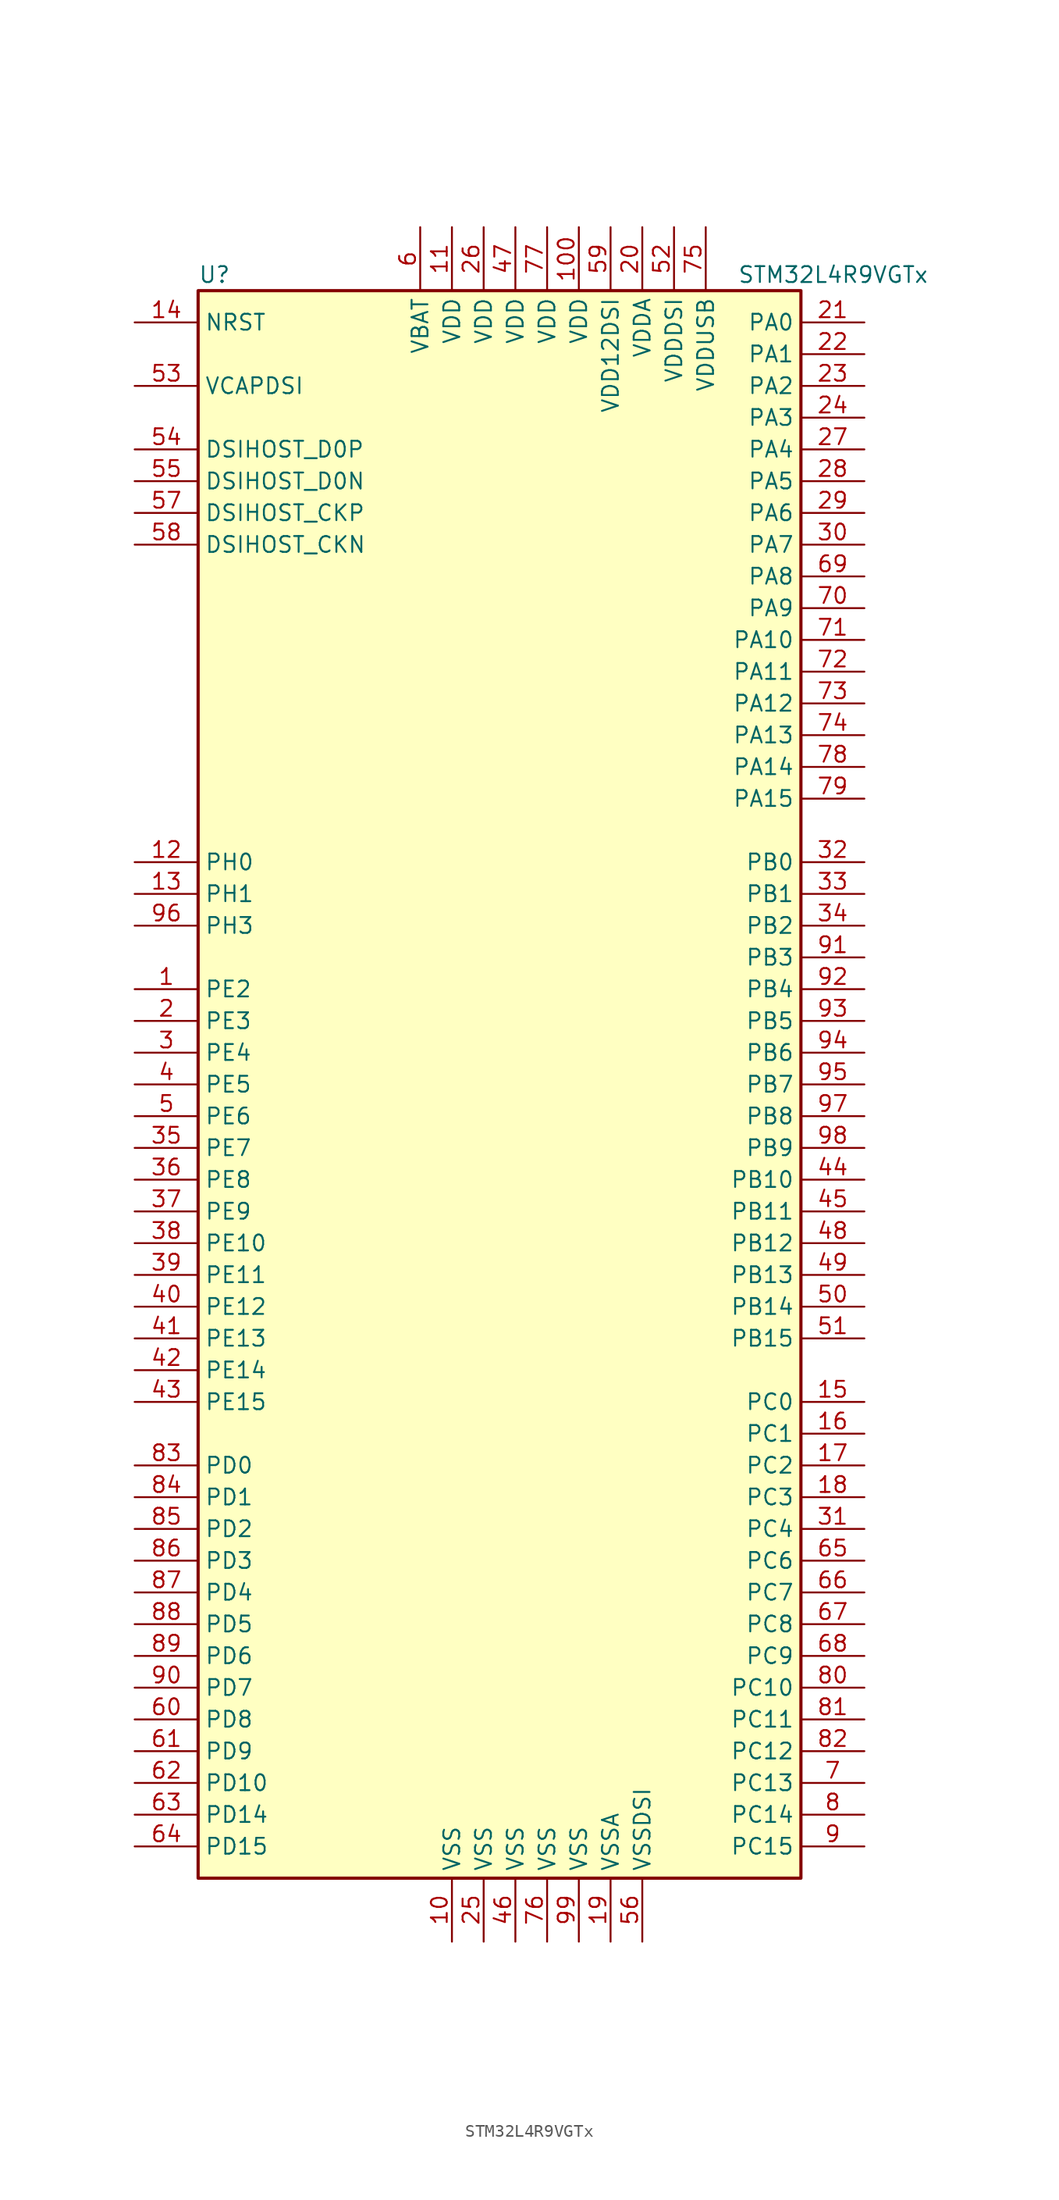
<source format=kicad_sym>
(kicad_symbol_lib
  (version 20211014)
  (generator kicad_symbol_editor)
  (symbol "STM32L4R9VGTx"
    (property "Reference" "U"
      (at -25.4 64.77 0)
      (effects (font (size 1.27 1.27)) (justify left)))
    (property "Value" "STM32L4R9VGTx"
      (at 17.78 64.77 0)
      (effects (font (size 1.27 1.27)) (justify left)))
    (symbol "STM32L4R9VGTx_0_1"
      (rectangle (start -25.4 -63.5) (end 22.86 63.5) (stroke (width 0.254) (type default) (color 0 0 0 0)) (fill (type background))))
    (symbol "STM32L4R9VGTx_1_1"
      (pin bidirectional line (at -30.48 7.62 0) (length 5.08) (name "PE2" (effects (font (size 1.27 1.27)))) (number "1" (effects (font (size 1.27 1.27)))))
      (pin power_in line (at -5.08 -68.58 90) (length 5.08) (name "VSS" (effects (font (size 1.27 1.27)))) (number "10" (effects (font (size 1.27 1.27)))))
      (pin power_in line (at 5.08 68.58 270) (length 5.08) (name "VDD" (effects (font (size 1.27 1.27)))) (number "100" (effects (font (size 1.27 1.27)))))
      (pin power_in line (at -5.08 68.58 270) (length 5.08) (name "VDD" (effects (font (size 1.27 1.27)))) (number "11" (effects (font (size 1.27 1.27)))))
      (pin input line (at -30.48 17.78 0) (length 5.08) (name "PH0" (effects (font (size 1.27 1.27)))) (number "12" (effects (font (size 1.27 1.27)))))
      (pin input line (at -30.48 15.24 0) (length 5.08) (name "PH1" (effects (font (size 1.27 1.27)))) (number "13" (effects (font (size 1.27 1.27)))))
      (pin input line (at -30.48 60.96 0) (length 5.08) (name "NRST" (effects (font (size 1.27 1.27)))) (number "14" (effects (font (size 1.27 1.27)))))
      (pin bidirectional line (at 27.94 -25.4 180) (length 5.08) (name "PC0" (effects (font (size 1.27 1.27)))) (number "15" (effects (font (size 1.27 1.27)))))
      (pin bidirectional line (at 27.94 -27.94 180) (length 5.08) (name "PC1" (effects (font (size 1.27 1.27)))) (number "16" (effects (font (size 1.27 1.27)))))
      (pin bidirectional line (at 27.94 -30.48 180) (length 5.08) (name "PC2" (effects (font (size 1.27 1.27)))) (number "17" (effects (font (size 1.27 1.27)))))
      (pin bidirectional line (at 27.94 -33.02 180) (length 5.08) (name "PC3" (effects (font (size 1.27 1.27)))) (number "18" (effects (font (size 1.27 1.27)))))
      (pin power_in line (at 7.62 -68.58 90) (length 5.08) (name "VSSA" (effects (font (size 1.27 1.27)))) (number "19" (effects (font (size 1.27 1.27)))))
      (pin bidirectional line (at -30.48 5.08 0) (length 5.08) (name "PE3" (effects (font (size 1.27 1.27)))) (number "2" (effects (font (size 1.27 1.27)))))
      (pin power_in line (at 10.16 68.58 270) (length 5.08) (name "VDDA" (effects (font (size 1.27 1.27)))) (number "20" (effects (font (size 1.27 1.27)))))
      (pin bidirectional line (at 27.94 60.96 180) (length 5.08) (name "PA0" (effects (font (size 1.27 1.27)))) (number "21" (effects (font (size 1.27 1.27)))))
      (pin bidirectional line (at 27.94 58.42 180) (length 5.08) (name "PA1" (effects (font (size 1.27 1.27)))) (number "22" (effects (font (size 1.27 1.27)))))
      (pin bidirectional line (at 27.94 55.88 180) (length 5.08) (name "PA2" (effects (font (size 1.27 1.27)))) (number "23" (effects (font (size 1.27 1.27)))))
      (pin bidirectional line (at 27.94 53.34 180) (length 5.08) (name "PA3" (effects (font (size 1.27 1.27)))) (number "24" (effects (font (size 1.27 1.27)))))
      (pin power_in line (at -2.54 -68.58 90) (length 5.08) (name "VSS" (effects (font (size 1.27 1.27)))) (number "25" (effects (font (size 1.27 1.27)))))
      (pin power_in line (at -2.54 68.58 270) (length 5.08) (name "VDD" (effects (font (size 1.27 1.27)))) (number "26" (effects (font (size 1.27 1.27)))))
      (pin bidirectional line (at 27.94 50.8 180) (length 5.08) (name "PA4" (effects (font (size 1.27 1.27)))) (number "27" (effects (font (size 1.27 1.27)))))
      (pin bidirectional line (at 27.94 48.26 180) (length 5.08) (name "PA5" (effects (font (size 1.27 1.27)))) (number "28" (effects (font (size 1.27 1.27)))))
      (pin bidirectional line (at 27.94 45.72 180) (length 5.08) (name "PA6" (effects (font (size 1.27 1.27)))) (number "29" (effects (font (size 1.27 1.27)))))
      (pin bidirectional line (at -30.48 2.54 0) (length 5.08) (name "PE4" (effects (font (size 1.27 1.27)))) (number "3" (effects (font (size 1.27 1.27)))))
      (pin bidirectional line (at 27.94 43.18 180) (length 5.08) (name "PA7" (effects (font (size 1.27 1.27)))) (number "30" (effects (font (size 1.27 1.27)))))
      (pin bidirectional line (at 27.94 -35.56 180) (length 5.08) (name "PC4" (effects (font (size 1.27 1.27)))) (number "31" (effects (font (size 1.27 1.27)))))
      (pin bidirectional line (at 27.94 17.78 180) (length 5.08) (name "PB0" (effects (font (size 1.27 1.27)))) (number "32" (effects (font (size 1.27 1.27)))))
      (pin bidirectional line (at 27.94 15.24 180) (length 5.08) (name "PB1" (effects (font (size 1.27 1.27)))) (number "33" (effects (font (size 1.27 1.27)))))
      (pin bidirectional line (at 27.94 12.7 180) (length 5.08) (name "PB2" (effects (font (size 1.27 1.27)))) (number "34" (effects (font (size 1.27 1.27)))))
      (pin bidirectional line (at -30.48 -5.08 0) (length 5.08) (name "PE7" (effects (font (size 1.27 1.27)))) (number "35" (effects (font (size 1.27 1.27)))))
      (pin bidirectional line (at -30.48 -7.62 0) (length 5.08) (name "PE8" (effects (font (size 1.27 1.27)))) (number "36" (effects (font (size 1.27 1.27)))))
      (pin bidirectional line (at -30.48 -10.16 0) (length 5.08) (name "PE9" (effects (font (size 1.27 1.27)))) (number "37" (effects (font (size 1.27 1.27)))))
      (pin bidirectional line (at -30.48 -12.7 0) (length 5.08) (name "PE10" (effects (font (size 1.27 1.27)))) (number "38" (effects (font (size 1.27 1.27)))))
      (pin bidirectional line (at -30.48 -15.24 0) (length 5.08) (name "PE11" (effects (font (size 1.27 1.27)))) (number "39" (effects (font (size 1.27 1.27)))))
      (pin bidirectional line (at -30.48 0 0) (length 5.08) (name "PE5" (effects (font (size 1.27 1.27)))) (number "4" (effects (font (size 1.27 1.27)))))
      (pin bidirectional line (at -30.48 -17.78 0) (length 5.08) (name "PE12" (effects (font (size 1.27 1.27)))) (number "40" (effects (font (size 1.27 1.27)))))
      (pin bidirectional line (at -30.48 -20.32 0) (length 5.08) (name "PE13" (effects (font (size 1.27 1.27)))) (number "41" (effects (font (size 1.27 1.27)))))
      (pin bidirectional line (at -30.48 -22.86 0) (length 5.08) (name "PE14" (effects (font (size 1.27 1.27)))) (number "42" (effects (font (size 1.27 1.27)))))
      (pin bidirectional line (at -30.48 -25.4 0) (length 5.08) (name "PE15" (effects (font (size 1.27 1.27)))) (number "43" (effects (font (size 1.27 1.27)))))
      (pin bidirectional line (at 27.94 -7.62 180) (length 5.08) (name "PB10" (effects (font (size 1.27 1.27)))) (number "44" (effects (font (size 1.27 1.27)))))
      (pin bidirectional line (at 27.94 -10.16 180) (length 5.08) (name "PB11" (effects (font (size 1.27 1.27)))) (number "45" (effects (font (size 1.27 1.27)))))
      (pin power_in line (at 0 -68.58 90) (length 5.08) (name "VSS" (effects (font (size 1.27 1.27)))) (number "46" (effects (font (size 1.27 1.27)))))
      (pin power_in line (at 0 68.58 270) (length 5.08) (name "VDD" (effects (font (size 1.27 1.27)))) (number "47" (effects (font (size 1.27 1.27)))))
      (pin bidirectional line (at 27.94 -12.7 180) (length 5.08) (name "PB12" (effects (font (size 1.27 1.27)))) (number "48" (effects (font (size 1.27 1.27)))))
      (pin bidirectional line (at 27.94 -15.24 180) (length 5.08) (name "PB13" (effects (font (size 1.27 1.27)))) (number "49" (effects (font (size 1.27 1.27)))))
      (pin bidirectional line (at -30.48 -2.54 0) (length 5.08) (name "PE6" (effects (font (size 1.27 1.27)))) (number "5" (effects (font (size 1.27 1.27)))))
      (pin bidirectional line (at 27.94 -17.78 180) (length 5.08) (name "PB14" (effects (font (size 1.27 1.27)))) (number "50" (effects (font (size 1.27 1.27)))))
      (pin bidirectional line (at 27.94 -20.32 180) (length 5.08) (name "PB15" (effects (font (size 1.27 1.27)))) (number "51" (effects (font (size 1.27 1.27)))))
      (pin power_in line (at 12.7 68.58 270) (length 5.08) (name "VDDDSI" (effects (font (size 1.27 1.27)))) (number "52" (effects (font (size 1.27 1.27)))))
      (pin power_in line (at -30.48 55.88 0) (length 5.08) (name "VCAPDSI" (effects (font (size 1.27 1.27)))) (number "53" (effects (font (size 1.27 1.27)))))
      (pin bidirectional line (at -30.48 50.8 0) (length 5.08) (name "DSIHOST_D0P" (effects (font (size 1.27 1.27)))) (number "54" (effects (font (size 1.27 1.27)))))
      (pin bidirectional line (at -30.48 48.26 0) (length 5.08) (name "DSIHOST_D0N" (effects (font (size 1.27 1.27)))) (number "55" (effects (font (size 1.27 1.27)))))
      (pin power_in line (at 10.16 -68.58 90) (length 5.08) (name "VSSDSI" (effects (font (size 1.27 1.27)))) (number "56" (effects (font (size 1.27 1.27)))))
      (pin bidirectional line (at -30.48 45.72 0) (length 5.08) (name "DSIHOST_CKP" (effects (font (size 1.27 1.27)))) (number "57" (effects (font (size 1.27 1.27)))))
      (pin bidirectional line (at -30.48 43.18 0) (length 5.08) (name "DSIHOST_CKN" (effects (font (size 1.27 1.27)))) (number "58" (effects (font (size 1.27 1.27)))))
      (pin power_in line (at 7.62 68.58 270) (length 5.08) (name "VDD12DSI" (effects (font (size 1.27 1.27)))) (number "59" (effects (font (size 1.27 1.27)))))
      (pin power_in line (at -7.62 68.58 270) (length 5.08) (name "VBAT" (effects (font (size 1.27 1.27)))) (number "6" (effects (font (size 1.27 1.27)))))
      (pin bidirectional line (at -30.48 -50.8 0) (length 5.08) (name "PD8" (effects (font (size 1.27 1.27)))) (number "60" (effects (font (size 1.27 1.27)))))
      (pin bidirectional line (at -30.48 -53.34 0) (length 5.08) (name "PD9" (effects (font (size 1.27 1.27)))) (number "61" (effects (font (size 1.27 1.27)))))
      (pin bidirectional line (at -30.48 -55.88 0) (length 5.08) (name "PD10" (effects (font (size 1.27 1.27)))) (number "62" (effects (font (size 1.27 1.27)))))
      (pin bidirectional line (at -30.48 -58.42 0) (length 5.08) (name "PD14" (effects (font (size 1.27 1.27)))) (number "63" (effects (font (size 1.27 1.27)))))
      (pin bidirectional line (at -30.48 -60.96 0) (length 5.08) (name "PD15" (effects (font (size 1.27 1.27)))) (number "64" (effects (font (size 1.27 1.27)))))
      (pin bidirectional line (at 27.94 -38.1 180) (length 5.08) (name "PC6" (effects (font (size 1.27 1.27)))) (number "65" (effects (font (size 1.27 1.27)))))
      (pin bidirectional line (at 27.94 -40.64 180) (length 5.08) (name "PC7" (effects (font (size 1.27 1.27)))) (number "66" (effects (font (size 1.27 1.27)))))
      (pin bidirectional line (at 27.94 -43.18 180) (length 5.08) (name "PC8" (effects (font (size 1.27 1.27)))) (number "67" (effects (font (size 1.27 1.27)))))
      (pin bidirectional line (at 27.94 -45.72 180) (length 5.08) (name "PC9" (effects (font (size 1.27 1.27)))) (number "68" (effects (font (size 1.27 1.27)))))
      (pin bidirectional line (at 27.94 40.64 180) (length 5.08) (name "PA8" (effects (font (size 1.27 1.27)))) (number "69" (effects (font (size 1.27 1.27)))))
      (pin bidirectional line (at 27.94 -55.88 180) (length 5.08) (name "PC13" (effects (font (size 1.27 1.27)))) (number "7" (effects (font (size 1.27 1.27)))))
      (pin bidirectional line (at 27.94 38.1 180) (length 5.08) (name "PA9" (effects (font (size 1.27 1.27)))) (number "70" (effects (font (size 1.27 1.27)))))
      (pin bidirectional line (at 27.94 35.56 180) (length 5.08) (name "PA10" (effects (font (size 1.27 1.27)))) (number "71" (effects (font (size 1.27 1.27)))))
      (pin bidirectional line (at 27.94 33.02 180) (length 5.08) (name "PA11" (effects (font (size 1.27 1.27)))) (number "72" (effects (font (size 1.27 1.27)))))
      (pin bidirectional line (at 27.94 30.48 180) (length 5.08) (name "PA12" (effects (font (size 1.27 1.27)))) (number "73" (effects (font (size 1.27 1.27)))))
      (pin bidirectional line (at 27.94 27.94 180) (length 5.08) (name "PA13" (effects (font (size 1.27 1.27)))) (number "74" (effects (font (size 1.27 1.27)))))
      (pin power_in line (at 15.24 68.58 270) (length 5.08) (name "VDDUSB" (effects (font (size 1.27 1.27)))) (number "75" (effects (font (size 1.27 1.27)))))
      (pin power_in line (at 2.54 -68.58 90) (length 5.08) (name "VSS" (effects (font (size 1.27 1.27)))) (number "76" (effects (font (size 1.27 1.27)))))
      (pin power_in line (at 2.54 68.58 270) (length 5.08) (name "VDD" (effects (font (size 1.27 1.27)))) (number "77" (effects (font (size 1.27 1.27)))))
      (pin bidirectional line (at 27.94 25.4 180) (length 5.08) (name "PA14" (effects (font (size 1.27 1.27)))) (number "78" (effects (font (size 1.27 1.27)))))
      (pin bidirectional line (at 27.94 22.86 180) (length 5.08) (name "PA15" (effects (font (size 1.27 1.27)))) (number "79" (effects (font (size 1.27 1.27)))))
      (pin bidirectional line (at 27.94 -58.42 180) (length 5.08) (name "PC14" (effects (font (size 1.27 1.27)))) (number "8" (effects (font (size 1.27 1.27)))))
      (pin bidirectional line (at 27.94 -48.26 180) (length 5.08) (name "PC10" (effects (font (size 1.27 1.27)))) (number "80" (effects (font (size 1.27 1.27)))))
      (pin bidirectional line (at 27.94 -50.8 180) (length 5.08) (name "PC11" (effects (font (size 1.27 1.27)))) (number "81" (effects (font (size 1.27 1.27)))))
      (pin bidirectional line (at 27.94 -53.34 180) (length 5.08) (name "PC12" (effects (font (size 1.27 1.27)))) (number "82" (effects (font (size 1.27 1.27)))))
      (pin bidirectional line (at -30.48 -30.48 0) (length 5.08) (name "PD0" (effects (font (size 1.27 1.27)))) (number "83" (effects (font (size 1.27 1.27)))))
      (pin bidirectional line (at -30.48 -33.02 0) (length 5.08) (name "PD1" (effects (font (size 1.27 1.27)))) (number "84" (effects (font (size 1.27 1.27)))))
      (pin bidirectional line (at -30.48 -35.56 0) (length 5.08) (name "PD2" (effects (font (size 1.27 1.27)))) (number "85" (effects (font (size 1.27 1.27)))))
      (pin bidirectional line (at -30.48 -38.1 0) (length 5.08) (name "PD3" (effects (font (size 1.27 1.27)))) (number "86" (effects (font (size 1.27 1.27)))))
      (pin bidirectional line (at -30.48 -40.64 0) (length 5.08) (name "PD4" (effects (font (size 1.27 1.27)))) (number "87" (effects (font (size 1.27 1.27)))))
      (pin bidirectional line (at -30.48 -43.18 0) (length 5.08) (name "PD5" (effects (font (size 1.27 1.27)))) (number "88" (effects (font (size 1.27 1.27)))))
      (pin bidirectional line (at -30.48 -45.72 0) (length 5.08) (name "PD6" (effects (font (size 1.27 1.27)))) (number "89" (effects (font (size 1.27 1.27)))))
      (pin bidirectional line (at 27.94 -60.96 180) (length 5.08) (name "PC15" (effects (font (size 1.27 1.27)))) (number "9" (effects (font (size 1.27 1.27)))))
      (pin bidirectional line (at -30.48 -48.26 0) (length 5.08) (name "PD7" (effects (font (size 1.27 1.27)))) (number "90" (effects (font (size 1.27 1.27)))))
      (pin bidirectional line (at 27.94 10.16 180) (length 5.08) (name "PB3" (effects (font (size 1.27 1.27)))) (number "91" (effects (font (size 1.27 1.27)))))
      (pin bidirectional line (at 27.94 7.62 180) (length 5.08) (name "PB4" (effects (font (size 1.27 1.27)))) (number "92" (effects (font (size 1.27 1.27)))))
      (pin bidirectional line (at 27.94 5.08 180) (length 5.08) (name "PB5" (effects (font (size 1.27 1.27)))) (number "93" (effects (font (size 1.27 1.27)))))
      (pin bidirectional line (at 27.94 2.54 180) (length 5.08) (name "PB6" (effects (font (size 1.27 1.27)))) (number "94" (effects (font (size 1.27 1.27)))))
      (pin bidirectional line (at 27.94 0 180) (length 5.08) (name "PB7" (effects (font (size 1.27 1.27)))) (number "95" (effects (font (size 1.27 1.27)))))
      (pin bidirectional line (at -30.48 12.7 0) (length 5.08) (name "PH3" (effects (font (size 1.27 1.27)))) (number "96" (effects (font (size 1.27 1.27)))))
      (pin bidirectional line (at 27.94 -2.54 180) (length 5.08) (name "PB8" (effects (font (size 1.27 1.27)))) (number "97" (effects (font (size 1.27 1.27)))))
      (pin bidirectional line (at 27.94 -5.08 180) (length 5.08) (name "PB9" (effects (font (size 1.27 1.27)))) (number "98" (effects (font (size 1.27 1.27)))))
      (pin power_in line (at 5.08 -68.58 90) (length 5.08) (name "VSS" (effects (font (size 1.27 1.27)))) (number "99" (effects (font (size 1.27 1.27))))))))
</source>
